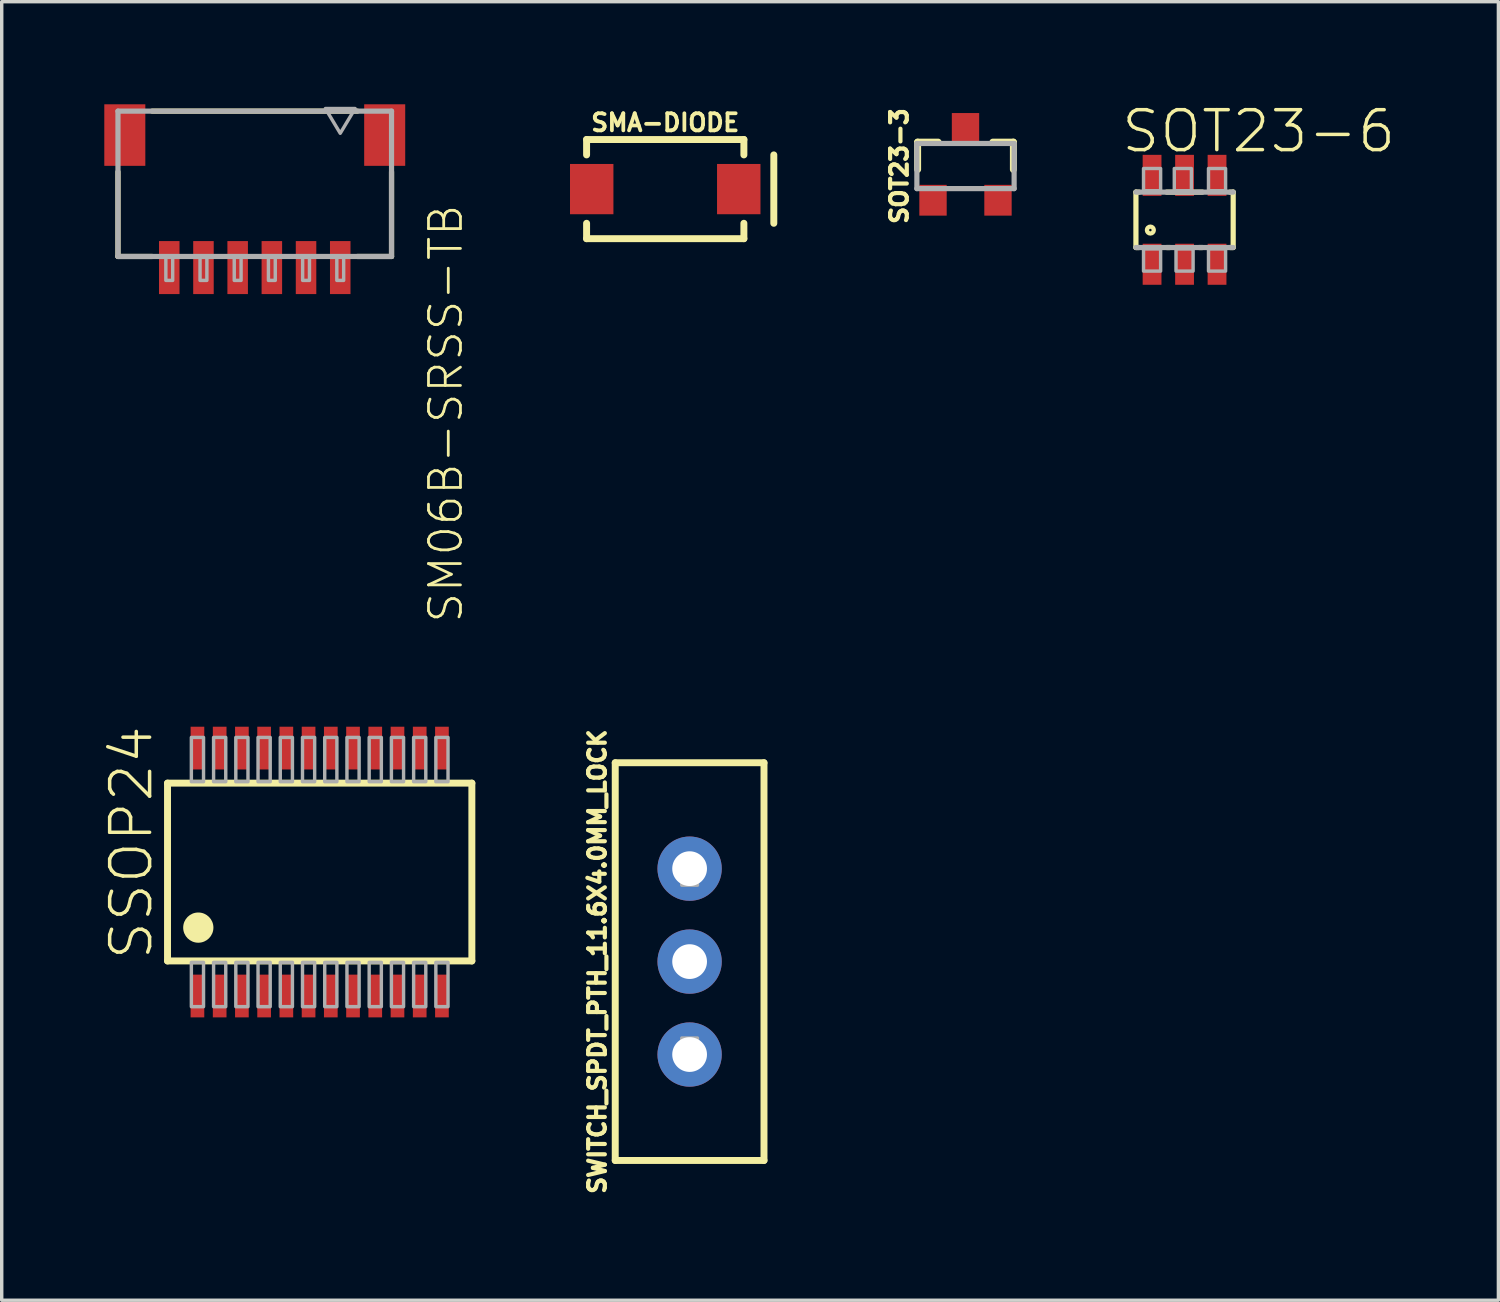
<source format=kicad_pcb>
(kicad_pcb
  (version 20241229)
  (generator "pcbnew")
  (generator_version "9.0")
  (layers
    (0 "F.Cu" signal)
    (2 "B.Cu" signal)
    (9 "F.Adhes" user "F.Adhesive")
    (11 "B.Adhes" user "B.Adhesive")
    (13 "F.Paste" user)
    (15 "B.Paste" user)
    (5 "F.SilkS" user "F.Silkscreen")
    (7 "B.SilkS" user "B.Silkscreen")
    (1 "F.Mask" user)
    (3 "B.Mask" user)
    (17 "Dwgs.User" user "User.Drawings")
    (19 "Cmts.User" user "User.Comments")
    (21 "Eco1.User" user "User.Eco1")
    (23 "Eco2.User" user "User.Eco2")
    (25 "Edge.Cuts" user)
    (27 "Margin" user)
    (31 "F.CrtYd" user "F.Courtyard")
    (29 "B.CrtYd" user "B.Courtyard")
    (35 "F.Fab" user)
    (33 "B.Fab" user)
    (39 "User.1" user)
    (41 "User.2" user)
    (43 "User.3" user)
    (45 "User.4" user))
  (footprint "SOT23-3"
    (layer "F.Cu")
    (at 25.185 1.806)
    (property "Reference" "SOT23-3" (at -1.651 0 90) (layer "F.SilkS") (effects (font (size 0.488 0.488) (thickness 0.122)) (justify bottom)))
    (fp_line (start -1.4 -0.7) (end -1.4 0.1) (stroke (width 0.203) (type solid)) (layer "F.SilkS"))
    (fp_line (start -0.8 -0.7) (end -1.4 -0.7) (stroke (width 0.203) (type solid)) (layer "F.SilkS"))
    (fp_line (start 0.8 -0.7) (end 1.4 -0.7) (stroke (width 0.203) (type solid)) (layer "F.SilkS"))
    (fp_line (start 1.4 -0.7) (end 1.4 0.1) (stroke (width 0.203) (type solid)) (layer "F.SilkS"))
    (fp_line (start -1.422 -0.66) (end 1.422 -0.66) (stroke (width 0.152) (type solid)) (layer "F.Fab"))
    (fp_line (start -1.422 0.66) (end -1.422 -0.66) (stroke (width 0.152) (type solid)) (layer "F.Fab"))
    (fp_line (start 1.422 -0.66) (end 1.422 0.66) (stroke (width 0.152) (type solid)) (layer "F.Fab"))
    (fp_line (start 1.422 0.66) (end -1.422 0.66) (stroke (width 0.152) (type solid)) (layer "F.Fab"))
    (pad "1" smd rect (at -0.95 1) (size 0.8 0.9) (layers "F.Cu" "F.Mask" "F.Paste"))
    (pad "2" smd rect (at 0.95 1) (size 0.8 0.9) (layers "F.Cu" "F.Mask" "F.Paste"))
    (pad "3" smd rect (at 0 -1.1) (size 0.8 0.9) (layers "F.Cu" "F.Mask" "F.Paste")))
  (footprint "SOT23-6"
    (layer "F.Cu")
    (at 31.591 3.378)
    (property "Reference" "SOT23-6" (at -1.905 -1.905 0) (layer "F.SilkS") (effects (font (size 1.168 1.168) (thickness 0.102)) (justify left bottom)))
    (fp_line (start -1.422 -0.81) (end -1.328 -0.81) (stroke (width 0.152) (type solid)) (layer "F.SilkS"))
    (fp_line (start -1.422 0.81) (end -1.422 -0.81) (stroke (width 0.152) (type solid)) (layer "F.SilkS"))
    (fp_line (start -1.328 0.81) (end -1.422 0.81) (stroke (width 0.152) (type solid)) (layer "F.SilkS"))
    (fp_line (start -0.522 -0.81) (end 0.522 -0.81) (stroke (width 0.152) (type solid)) (layer "F.SilkS"))
    (fp_line (start -0.428 0.81) (end -0.522 0.81) (stroke (width 0.152) (type solid)) (layer "F.SilkS"))
    (fp_line (start 0.522 0.81) (end 0.428 0.81) (stroke (width 0.152) (type solid)) (layer "F.SilkS"))
    (fp_line (start 1.328 -0.81) (end 1.422 -0.81) (stroke (width 0.152) (type solid)) (layer "F.SilkS"))
    (fp_line (start 1.422 -0.81) (end 1.422 0.81) (stroke (width 0.152) (type solid)) (layer "F.SilkS"))
    (fp_line (start 1.422 0.81) (end 1.328 0.81) (stroke (width 0.152) (type solid)) (layer "F.SilkS"))
    (fp_circle (center -1 0.3) (end -0.9 0.3) (stroke (width 0.127) (type solid)) (fill no) (layer "F.SilkS"))
    (fp_line (start -1.422 -0.81) (end 1.422 -0.81) (stroke (width 0.152) (type solid)) (layer "F.Fab"))
    (fp_line (start 1.422 0.81) (end -1.422 0.81) (stroke (width 0.152) (type solid)) (layer "F.Fab"))
    (fp_poly (pts (xy -1.2 -0.85) (xy -0.7 -0.85) (xy -0.7 -1.5) (xy -1.2 -1.5)) (stroke (width 0.1) (type solid)) (fill no) (layer "F.Fab"))
    (fp_poly (pts (xy -1.2 1.5) (xy -0.7 1.5) (xy -0.7 0.85) (xy -1.2 0.85)) (stroke (width 0.1) (type solid)) (fill no) (layer "F.Fab"))
    (fp_poly (pts (xy -0.3 -0.85) (xy 0.2 -0.85) (xy 0.2 -1.5) (xy -0.3 -1.5)) (stroke (width 0.1) (type solid)) (fill no) (layer "F.Fab"))
    (fp_poly (pts (xy -0.25 1.5) (xy 0.25 1.5) (xy 0.25 0.85) (xy -0.25 0.85)) (stroke (width 0.1) (type solid)) (fill no) (layer "F.Fab"))
    (fp_poly (pts (xy 0.7 -0.85) (xy 1.2 -0.85) (xy 1.2 -1.5) (xy 0.7 -1.5)) (stroke (width 0.1) (type solid)) (fill no) (layer "F.Fab"))
    (fp_poly (pts (xy 0.7 1.5) (xy 1.2 1.5) (xy 1.2 0.85) (xy 0.7 0.85)) (stroke (width 0.1) (type solid)) (fill no) (layer "F.Fab"))
    (pad "1" smd rect (at -0.95 1.3) (size 0.55 1.2) (layers "F.Cu" "F.Mask" "F.Paste"))
    (pad "2" smd rect (at 0 1.3) (size 0.55 1.2) (layers "F.Cu" "F.Mask" "F.Paste"))
    (pad "3" smd rect (at 0.95 1.3) (size 0.55 1.2) (layers "F.Cu" "F.Mask" "F.Paste"))
    (pad "4" smd rect (at 0.95 -1.3) (size 0.55 1.2) (layers "F.Cu" "F.Mask" "F.Paste"))
    (pad "5" smd rect (at 0 -1.3) (size 0.55 1.2) (layers "F.Cu" "F.Mask" "F.Paste"))
    (pad "6" smd rect (at -0.95 -1.3) (size 0.55 1.2) (layers "F.Cu" "F.Mask" "F.Paste")))
  (footprint "SM06B-SRSS-TB"
    (layer "F.Cu")
    (at 4.4 4.775)
    (property "Reference" "SM06B-SRSS-TB" (at 5.04 -1.905 90) (layer "F.SilkS") (effects (font (size 0.935 0.935) (thickness 0.081)) (justify right top)))
    (fp_line (start -4 -0.325) (end -4 -2.8) (stroke (width 0.152) (type solid)) (layer "F.SilkS"))
    (fp_line (start -3 -4.575) (end 3 -4.575) (stroke (width 0.152) (type solid)) (layer "F.SilkS"))
    (fp_line (start -3 -0.325) (end -4 -0.325) (stroke (width 0.152) (type solid)) (layer "F.SilkS"))
    (fp_line (start 4 -2.8) (end 4 -0.325) (stroke (width 0.152) (type solid)) (layer "F.SilkS"))
    (fp_line (start 4 -0.325) (end 3 -0.325) (stroke (width 0.152) (type solid)) (layer "F.SilkS"))
    (fp_line (start -4 -4.575) (end 4 -4.575) (stroke (width 0.152) (type solid)) (layer "F.Fab"))
    (fp_line (start -4 -0.325) (end -4 -4.575) (stroke (width 0.152) (type solid)) (layer "F.Fab"))
    (fp_line (start 4 -4.575) (end 4 -0.325) (stroke (width 0.152) (type solid)) (layer "F.Fab"))
    (fp_line (start 4 -0.325) (end -4 -0.325) (stroke (width 0.152) (type solid)) (layer "F.Fab"))
    (fp_poly (pts (xy 2.5 -3.927) (xy 2.065 -4.651) (xy 2.935 -4.651)) (stroke (width 0.1) (type solid)) (fill no) (layer "F.Fab"))
    (fp_poly (pts (xy -2.6 0.375) (xy -2.4 0.375) (xy -2.4 -0.325) (xy -2.6 -0.325)) (stroke (width 0.1) (type solid)) (fill no) (layer "F.Fab"))
    (fp_poly (pts (xy -1.6 0.375) (xy -1.4 0.375) (xy -1.4 -0.325) (xy -1.6 -0.325)) (stroke (width 0.1) (type solid)) (fill no) (layer "F.Fab"))
    (fp_poly (pts (xy -0.6 0.375) (xy -0.4 0.375) (xy -0.4 -0.325) (xy -0.6 -0.325)) (stroke (width 0.1) (type solid)) (fill no) (layer "F.Fab"))
    (fp_poly (pts (xy 0.4 0.375) (xy 0.6 0.375) (xy 0.6 -0.325) (xy 0.4 -0.325)) (stroke (width 0.1) (type solid)) (fill no) (layer "F.Fab"))
    (fp_poly (pts (xy 1.4 0.375) (xy 1.6 0.375) (xy 1.6 -0.325) (xy 1.4 -0.325)) (stroke (width 0.1) (type solid)) (fill no) (layer "F.Fab"))
    (fp_poly (pts (xy 2.4 0.375) (xy 2.6 0.375) (xy 2.6 -0.325) (xy 2.4 -0.325)) (stroke (width 0.1) (type solid)) (fill no) (layer "F.Fab"))
    (pad "1" smd rect (at 2.5 0) (size 0.6 1.55) (layers "F.Cu" "F.Mask" "F.Paste"))
    (pad "2" smd rect (at 1.5 0) (size 0.6 1.55) (layers "F.Cu" "F.Mask" "F.Paste"))
    (pad "3" smd rect (at 0.5 0) (size 0.6 1.55) (layers "F.Cu" "F.Mask" "F.Paste"))
    (pad "4" smd rect (at -0.5 0) (size 0.6 1.55) (layers "F.Cu" "F.Mask" "F.Paste"))
    (pad "5" smd rect (at -1.5 0) (size 0.6 1.55) (layers "F.Cu" "F.Mask" "F.Paste"))
    (pad "6" smd rect (at -2.5 0) (size 0.6 1.55) (layers "F.Cu" "F.Mask" "F.Paste"))
    (pad "M1" smd rect (at 3.8 -3.875) (size 1.2 1.8) (layers "F.Cu" "F.Mask" "F.Paste"))
    (pad "M2" smd rect (at -3.8 -3.875) (size 1.2 1.8) (layers "F.Cu" "F.Mask" "F.Paste")))
  (footprint "SMA-DIODE"
    (layer "F.Cu")
    (at 16.404 2.48)
    (property "Reference" "SMA-DIODE" (at 0 -1.651 0) (layer "F.SilkS") (effects (font (size 0.5 0.5) (thickness 0.11)) (justify bottom)))
    (fp_line (start -2.3 -1.45) (end 2.3 -1.45) (stroke (width 0.203) (type solid)) (layer "F.SilkS"))
    (fp_line (start -2.3 -1) (end -2.3 -1.45) (stroke (width 0.203) (type solid)) (layer "F.SilkS"))
    (fp_line (start -2.3 1.45) (end -2.3 1) (stroke (width 0.203) (type solid)) (layer "F.SilkS"))
    (fp_line (start 2.3 -1.45) (end 2.3 -1) (stroke (width 0.203) (type solid)) (layer "F.SilkS"))
    (fp_line (start 2.3 1) (end 2.3 1.45) (stroke (width 0.203) (type solid)) (layer "F.SilkS"))
    (fp_line (start 2.3 1.45) (end -2.3 1.45) (stroke (width 0.203) (type solid)) (layer "F.SilkS"))
    (fp_line (start 3.175 -1) (end 3.175 1) (stroke (width 0.203) (type solid)) (layer "F.SilkS"))
    (pad "A" smd rect (at -2.15 0 180) (size 1.27 1.47) (layers "F.Cu" "F.Mask" "F.Paste"))
    (pad "C" smd rect (at 2.15 0) (size 1.27 1.47) (layers "F.Cu" "F.Mask" "F.Paste")))
  (footprint "SSOP24"
    (layer "F.Cu")
    (at 6.299 22.452)
    (property "Reference" "SSOP24" (at -4.826 2.63 90) (layer "F.SilkS") (effects (font (size 1.168 1.168) (thickness 0.102)) (justify left bottom)))
    (fp_line (start -4.45 -2.6) (end -4.45 2.6) (stroke (width 0.203) (type solid)) (layer "F.SilkS"))
    (fp_line (start -4.45 2.6) (end 4.45 2.6) (stroke (width 0.203) (type solid)) (layer "F.SilkS"))
    (fp_line (start 4.45 -2.6) (end -4.45 -2.6) (stroke (width 0.203) (type solid)) (layer "F.SilkS"))
    (fp_line (start 4.45 2.6) (end 4.45 -2.6) (stroke (width 0.203) (type solid)) (layer "F.SilkS"))
    (fp_circle (center -3.55 1.625) (end -3.329 1.625) (stroke (width 0.442) (type solid)) (fill yes) (layer "F.SilkS"))
    (fp_poly (pts (xy -3.753 -2.642) (xy -3.397 -2.642) (xy -3.397 -3.937) (xy -3.753 -3.937)) (stroke (width 0.1) (type solid)) (fill no) (layer "F.Fab"))
    (fp_poly (pts (xy -3.753 3.937) (xy -3.397 3.937) (xy -3.397 2.642) (xy -3.753 2.642)) (stroke (width 0.1) (type solid)) (fill no) (layer "F.Fab"))
    (fp_poly (pts (xy -3.103 -2.642) (xy -2.747 -2.642) (xy -2.747 -3.937) (xy -3.103 -3.937)) (stroke (width 0.1) (type solid)) (fill no) (layer "F.Fab"))
    (fp_poly (pts (xy -3.103 3.937) (xy -2.747 3.937) (xy -2.747 2.642) (xy -3.103 2.642)) (stroke (width 0.1) (type solid)) (fill no) (layer "F.Fab"))
    (fp_poly (pts (xy -2.453 -2.642) (xy -2.097 -2.642) (xy -2.097 -3.937) (xy -2.453 -3.937)) (stroke (width 0.1) (type solid)) (fill no) (layer "F.Fab"))
    (fp_poly (pts (xy -2.453 3.937) (xy -2.097 3.937) (xy -2.097 2.642) (xy -2.453 2.642)) (stroke (width 0.1) (type solid)) (fill no) (layer "F.Fab"))
    (fp_poly (pts (xy -1.803 -2.642) (xy -1.447 -2.642) (xy -1.447 -3.937) (xy -1.803 -3.937)) (stroke (width 0.1) (type solid)) (fill no) (layer "F.Fab"))
    (fp_poly (pts (xy -1.803 3.937) (xy -1.447 3.937) (xy -1.447 2.642) (xy -1.803 2.642)) (stroke (width 0.1) (type solid)) (fill no) (layer "F.Fab"))
    (fp_poly (pts (xy -1.153 -2.642) (xy -0.797 -2.642) (xy -0.797 -3.937) (xy -1.153 -3.937)) (stroke (width 0.1) (type solid)) (fill no) (layer "F.Fab"))
    (fp_poly (pts (xy -1.153 3.937) (xy -0.797 3.937) (xy -0.797 2.642) (xy -1.153 2.642)) (stroke (width 0.1) (type solid)) (fill no) (layer "F.Fab"))
    (fp_poly (pts (xy -0.503 -2.642) (xy -0.147 -2.642) (xy -0.147 -3.937) (xy -0.503 -3.937)) (stroke (width 0.1) (type solid)) (fill no) (layer "F.Fab"))
    (fp_poly (pts (xy -0.503 3.937) (xy -0.147 3.937) (xy -0.147 2.642) (xy -0.503 2.642)) (stroke (width 0.1) (type solid)) (fill no) (layer "F.Fab"))
    (fp_poly (pts (xy 0.147 -2.642) (xy 0.503 -2.642) (xy 0.503 -3.937) (xy 0.147 -3.937)) (stroke (width 0.1) (type solid)) (fill no) (layer "F.Fab"))
    (fp_poly (pts (xy 0.147 3.937) (xy 0.503 3.937) (xy 0.503 2.642) (xy 0.147 2.642)) (stroke (width 0.1) (type solid)) (fill no) (layer "F.Fab"))
    (fp_poly (pts (xy 0.797 -2.642) (xy 1.153 -2.642) (xy 1.153 -3.937) (xy 0.797 -3.937)) (stroke (width 0.1) (type solid)) (fill no) (layer "F.Fab"))
    (fp_poly (pts (xy 0.797 3.937) (xy 1.153 3.937) (xy 1.153 2.642) (xy 0.797 2.642)) (stroke (width 0.1) (type solid)) (fill no) (layer "F.Fab"))
    (fp_poly (pts (xy 1.447 -2.642) (xy 1.803 -2.642) (xy 1.803 -3.937) (xy 1.447 -3.937)) (stroke (width 0.1) (type solid)) (fill no) (layer "F.Fab"))
    (fp_poly (pts (xy 1.447 3.937) (xy 1.803 3.937) (xy 1.803 2.642) (xy 1.447 2.642)) (stroke (width 0.1) (type solid)) (fill no) (layer "F.Fab"))
    (fp_poly (pts (xy 2.097 -2.642) (xy 2.453 -2.642) (xy 2.453 -3.937) (xy 2.097 -3.937)) (stroke (width 0.1) (type solid)) (fill no) (layer "F.Fab"))
    (fp_poly (pts (xy 2.097 3.937) (xy 2.453 3.937) (xy 2.453 2.642) (xy 2.097 2.642)) (stroke (width 0.1) (type solid)) (fill no) (layer "F.Fab"))
    (fp_poly (pts (xy 2.747 -2.642) (xy 3.103 -2.642) (xy 3.103 -3.937) (xy 2.747 -3.937)) (stroke (width 0.1) (type solid)) (fill no) (layer "F.Fab"))
    (fp_poly (pts (xy 2.747 3.937) (xy 3.103 3.937) (xy 3.103 2.642) (xy 2.747 2.642)) (stroke (width 0.1) (type solid)) (fill no) (layer "F.Fab"))
    (fp_poly (pts (xy 3.397 -2.642) (xy 3.753 -2.642) (xy 3.753 -3.937) (xy 3.397 -3.937)) (stroke (width 0.1) (type solid)) (fill no) (layer "F.Fab"))
    (fp_poly (pts (xy 3.397 3.937) (xy 3.753 3.937) (xy 3.753 2.642) (xy 3.397 2.642)) (stroke (width 0.1) (type solid)) (fill no) (layer "F.Fab"))
    (pad "1" smd rect (at -3.575 3.625) (size 0.4 1.25) (layers "F.Cu" "F.Mask" "F.Paste"))
    (pad "2" smd rect (at -2.925 3.625) (size 0.4 1.25) (layers "F.Cu" "F.Mask" "F.Paste"))
    (pad "3" smd rect (at -2.275 3.625) (size 0.4 1.25) (layers "F.Cu" "F.Mask" "F.Paste"))
    (pad "4" smd rect (at -1.625 3.625) (size 0.4 1.25) (layers "F.Cu" "F.Mask" "F.Paste"))
    (pad "5" smd rect (at -0.975 3.625) (size 0.4 1.25) (layers "F.Cu" "F.Mask" "F.Paste"))
    (pad "6" smd rect (at -0.325 3.625) (size 0.4 1.25) (layers "F.Cu" "F.Mask" "F.Paste"))
    (pad "7" smd rect (at 0.325 3.625) (size 0.4 1.25) (layers "F.Cu" "F.Mask" "F.Paste"))
    (pad "8" smd rect (at 0.975 3.625) (size 0.4 1.25) (layers "F.Cu" "F.Mask" "F.Paste"))
    (pad "9" smd rect (at 1.625 3.625) (size 0.4 1.25) (layers "F.Cu" "F.Mask" "F.Paste"))
    (pad "10" smd rect (at 2.275 3.625) (size 0.4 1.25) (layers "F.Cu" "F.Mask" "F.Paste"))
    (pad "11" smd rect (at 2.925 3.625) (size 0.4 1.25) (layers "F.Cu" "F.Mask" "F.Paste"))
    (pad "12" smd rect (at 3.575 3.625) (size 0.4 1.25) (layers "F.Cu" "F.Mask" "F.Paste"))
    (pad "13" smd rect (at 3.575 -3.625) (size 0.4 1.25) (layers "F.Cu" "F.Mask" "F.Paste"))
    (pad "14" smd rect (at 2.925 -3.625) (size 0.4 1.25) (layers "F.Cu" "F.Mask" "F.Paste"))
    (pad "15" smd rect (at 2.275 -3.625) (size 0.4 1.25) (layers "F.Cu" "F.Mask" "F.Paste"))
    (pad "16" smd rect (at 1.625 -3.625) (size 0.4 1.25) (layers "F.Cu" "F.Mask" "F.Paste"))
    (pad "17" smd rect (at 0.975 -3.625) (size 0.4 1.25) (layers "F.Cu" "F.Mask" "F.Paste"))
    (pad "18" smd rect (at 0.325 -3.625) (size 0.4 1.25) (layers "F.Cu" "F.Mask" "F.Paste"))
    (pad "19" smd rect (at -0.325 -3.625) (size 0.4 1.25) (layers "F.Cu" "F.Mask" "F.Paste"))
    (pad "20" smd rect (at -0.975 -3.625) (size 0.4 1.25) (layers "F.Cu" "F.Mask" "F.Paste"))
    (pad "21" smd rect (at -1.625 -3.625) (size 0.4 1.25) (layers "F.Cu" "F.Mask" "F.Paste"))
    (pad "22" smd rect (at -2.275 -3.625) (size 0.4 1.25) (layers "F.Cu" "F.Mask" "F.Paste"))
    (pad "23" smd rect (at -2.925 -3.625) (size 0.4 1.25) (layers "F.Cu" "F.Mask" "F.Paste"))
    (pad "24" smd rect (at -3.575 -3.625) (size 0.4 1.25) (layers "F.Cu" "F.Mask" "F.Paste")))
  (footprint "SWITCH_SPDT_PTH_11.6X4.0MM_LOCK"
    (layer "F.Cu")
    (at 17.117 25.071)
    (property "Reference" "SWITCH_SPDT_PTH_11.6X4.0MM_LOCK" (at -2.413 0 90) (layer "F.SilkS") (effects (font (size 0.488 0.488) (thickness 0.122)) (justify bottom)))
    (fp_line (start -2.175 -5.815) (end -2.175 5.815) (stroke (width 0.203) (type solid)) (layer "F.SilkS"))
    (fp_line (start -2.175 5.815) (end 2.175 5.815) (stroke (width 0.203) (type solid)) (layer "F.SilkS"))
    (fp_line (start 2.175 -5.815) (end -2.175 -5.815) (stroke (width 0.203) (type solid)) (layer "F.SilkS"))
    (fp_line (start 2.175 5.815) (end 2.175 -5.815) (stroke (width 0.203) (type solid)) (layer "F.SilkS"))
    (fp_poly (pts (xy -0.229 -2.235) (xy 0.229 -2.235) (xy 0.229 -2.845) (xy -0.229 -2.845)) (stroke (width 0.1) (type solid)) (fill no) (layer "F.Fab"))
    (fp_poly (pts (xy -0.229 0.305) (xy 0.229 0.305) (xy 0.229 -0.305) (xy -0.229 -0.305)) (stroke (width 0.1) (type solid)) (fill no) (layer "F.Fab"))
    (fp_poly (pts (xy -0.229 2.845) (xy 0.229 2.845) (xy 0.229 2.235) (xy -0.229 2.235)) (stroke (width 0.1) (type solid)) (fill no) (layer "F.Fab"))
    (pad "1" thru_hole circle (at 0 -2.718) (size 1.88 1.88) (drill 1.016) (layers "*.Cu" "*.Mask"))
    (pad "2" thru_hole circle (at 0 0) (size 1.88 1.88) (drill 1.016) (layers "*.Cu" "*.Mask"))
    (pad "3" thru_hole circle (at 0 2.718) (size 1.88 1.88) (drill 1.016) (layers "*.Cu" "*.Mask")))
  (gr_rect
    (start -3 -3)
    (end 40.769 34.974)
    (stroke (width 0.1) (type default))
    (fill no)
    (layer "Edge.Cuts")))
</source>
